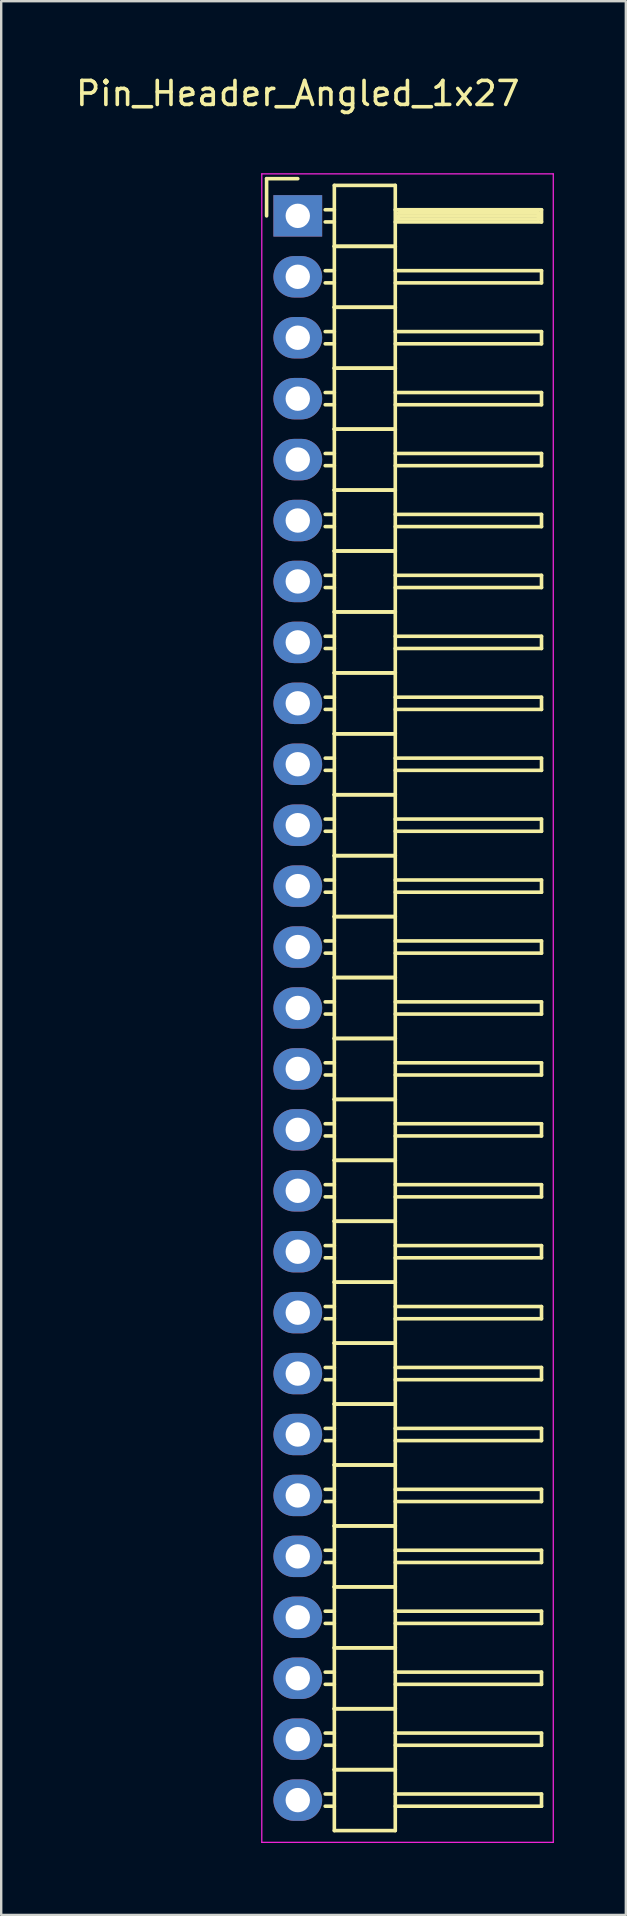
<source format=kicad_pcb>
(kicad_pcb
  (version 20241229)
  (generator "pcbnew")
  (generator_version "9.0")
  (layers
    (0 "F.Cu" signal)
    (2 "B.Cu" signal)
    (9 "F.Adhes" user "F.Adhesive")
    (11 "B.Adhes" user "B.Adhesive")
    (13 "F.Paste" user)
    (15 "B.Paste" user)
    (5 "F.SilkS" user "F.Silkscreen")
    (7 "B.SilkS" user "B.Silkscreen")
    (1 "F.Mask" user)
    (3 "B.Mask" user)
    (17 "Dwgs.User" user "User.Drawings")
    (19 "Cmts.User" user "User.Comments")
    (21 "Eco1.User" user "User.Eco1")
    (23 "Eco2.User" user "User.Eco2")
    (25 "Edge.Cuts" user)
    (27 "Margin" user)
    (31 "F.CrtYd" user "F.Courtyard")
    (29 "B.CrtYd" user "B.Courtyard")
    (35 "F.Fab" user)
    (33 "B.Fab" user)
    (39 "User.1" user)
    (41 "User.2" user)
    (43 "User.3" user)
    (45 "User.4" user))
  (footprint "Pin_Header_Angled_1x27"
    (layer "F.Cu")
    (at 9.363 5.948)
    (property "Reference" "Pin_Header_Angled_1x27" (at 0 -5.1 0) (layer "F.SilkS") (effects (font (size 1 1) (thickness 0.15))))
    (attr through_hole)
    (fp_line (start -1.3 -1.55) (end -1.3 0) (stroke (width 0.15) (type solid)) (layer "F.SilkS"))
    (fp_line (start 0 -1.55) (end -1.3 -1.55) (stroke (width 0.15) (type solid)) (layer "F.SilkS"))
    (fp_line (start 1.524 -1.27) (end 1.524 1.27) (stroke (width 0.15) (type solid)) (layer "F.SilkS"))
    (fp_line (start 1.524 -1.27) (end 4.064 -1.27) (stroke (width 0.15) (type solid)) (layer "F.SilkS"))
    (fp_line (start 1.524 -0.254) (end 1.143 -0.254) (stroke (width 0.15) (type solid)) (layer "F.SilkS"))
    (fp_line (start 1.524 0.254) (end 1.143 0.254) (stroke (width 0.15) (type solid)) (layer "F.SilkS"))
    (fp_line (start 1.524 1.27) (end 1.524 3.81) (stroke (width 0.15) (type solid)) (layer "F.SilkS"))
    (fp_line (start 1.524 1.27) (end 4.064 1.27) (stroke (width 0.15) (type solid)) (layer "F.SilkS"))
    (fp_line (start 1.524 1.27) (end 4.064 1.27) (stroke (width 0.15) (type solid)) (layer "F.SilkS"))
    (fp_line (start 1.524 2.286) (end 1.143 2.286) (stroke (width 0.15) (type solid)) (layer "F.SilkS"))
    (fp_line (start 1.524 2.794) (end 1.143 2.794) (stroke (width 0.15) (type solid)) (layer "F.SilkS"))
    (fp_line (start 1.524 3.81) (end 1.524 6.35) (stroke (width 0.15) (type solid)) (layer "F.SilkS"))
    (fp_line (start 1.524 3.81) (end 4.064 3.81) (stroke (width 0.15) (type solid)) (layer "F.SilkS"))
    (fp_line (start 1.524 3.81) (end 4.064 3.81) (stroke (width 0.15) (type solid)) (layer "F.SilkS"))
    (fp_line (start 1.524 4.826) (end 1.143 4.826) (stroke (width 0.15) (type solid)) (layer "F.SilkS"))
    (fp_line (start 1.524 5.334) (end 1.143 5.334) (stroke (width 0.15) (type solid)) (layer "F.SilkS"))
    (fp_line (start 1.524 6.35) (end 1.524 8.89) (stroke (width 0.15) (type solid)) (layer "F.SilkS"))
    (fp_line (start 1.524 6.35) (end 4.064 6.35) (stroke (width 0.15) (type solid)) (layer "F.SilkS"))
    (fp_line (start 1.524 6.35) (end 4.064 6.35) (stroke (width 0.15) (type solid)) (layer "F.SilkS"))
    (fp_line (start 1.524 7.366) (end 1.143 7.366) (stroke (width 0.15) (type solid)) (layer "F.SilkS"))
    (fp_line (start 1.524 7.874) (end 1.143 7.874) (stroke (width 0.15) (type solid)) (layer "F.SilkS"))
    (fp_line (start 1.524 8.89) (end 1.524 11.43) (stroke (width 0.15) (type solid)) (layer "F.SilkS"))
    (fp_line (start 1.524 8.89) (end 4.064 8.89) (stroke (width 0.15) (type solid)) (layer "F.SilkS"))
    (fp_line (start 1.524 8.89) (end 4.064 8.89) (stroke (width 0.15) (type solid)) (layer "F.SilkS"))
    (fp_line (start 1.524 9.906) (end 1.143 9.906) (stroke (width 0.15) (type solid)) (layer "F.SilkS"))
    (fp_line (start 1.524 10.414) (end 1.143 10.414) (stroke (width 0.15) (type solid)) (layer "F.SilkS"))
    (fp_line (start 1.524 11.43) (end 1.524 13.97) (stroke (width 0.15) (type solid)) (layer "F.SilkS"))
    (fp_line (start 1.524 11.43) (end 4.064 11.43) (stroke (width 0.15) (type solid)) (layer "F.SilkS"))
    (fp_line (start 1.524 11.43) (end 4.064 11.43) (stroke (width 0.15) (type solid)) (layer "F.SilkS"))
    (fp_line (start 1.524 12.446) (end 1.143 12.446) (stroke (width 0.15) (type solid)) (layer "F.SilkS"))
    (fp_line (start 1.524 12.954) (end 1.143 12.954) (stroke (width 0.15) (type solid)) (layer "F.SilkS"))
    (fp_line (start 1.524 13.97) (end 1.524 16.51) (stroke (width 0.15) (type solid)) (layer "F.SilkS"))
    (fp_line (start 1.524 13.97) (end 4.064 13.97) (stroke (width 0.15) (type solid)) (layer "F.SilkS"))
    (fp_line (start 1.524 13.97) (end 4.064 13.97) (stroke (width 0.15) (type solid)) (layer "F.SilkS"))
    (fp_line (start 1.524 14.986) (end 1.143 14.986) (stroke (width 0.15) (type solid)) (layer "F.SilkS"))
    (fp_line (start 1.524 15.494) (end 1.143 15.494) (stroke (width 0.15) (type solid)) (layer "F.SilkS"))
    (fp_line (start 1.524 16.51) (end 1.524 19.05) (stroke (width 0.15) (type solid)) (layer "F.SilkS"))
    (fp_line (start 1.524 16.51) (end 4.064 16.51) (stroke (width 0.15) (type solid)) (layer "F.SilkS"))
    (fp_line (start 1.524 16.51) (end 4.064 16.51) (stroke (width 0.15) (type solid)) (layer "F.SilkS"))
    (fp_line (start 1.524 17.526) (end 1.143 17.526) (stroke (width 0.15) (type solid)) (layer "F.SilkS"))
    (fp_line (start 1.524 18.034) (end 1.143 18.034) (stroke (width 0.15) (type solid)) (layer "F.SilkS"))
    (fp_line (start 1.524 19.05) (end 1.524 21.59) (stroke (width 0.15) (type solid)) (layer "F.SilkS"))
    (fp_line (start 1.524 19.05) (end 4.064 19.05) (stroke (width 0.15) (type solid)) (layer "F.SilkS"))
    (fp_line (start 1.524 19.05) (end 4.064 19.05) (stroke (width 0.15) (type solid)) (layer "F.SilkS"))
    (fp_line (start 1.524 20.066) (end 1.143 20.066) (stroke (width 0.15) (type solid)) (layer "F.SilkS"))
    (fp_line (start 1.524 20.574) (end 1.143 20.574) (stroke (width 0.15) (type solid)) (layer "F.SilkS"))
    (fp_line (start 1.524 21.59) (end 1.524 24.13) (stroke (width 0.15) (type solid)) (layer "F.SilkS"))
    (fp_line (start 1.524 21.59) (end 4.064 21.59) (stroke (width 0.15) (type solid)) (layer "F.SilkS"))
    (fp_line (start 1.524 21.59) (end 4.064 21.59) (stroke (width 0.15) (type solid)) (layer "F.SilkS"))
    (fp_line (start 1.524 22.606) (end 1.143 22.606) (stroke (width 0.15) (type solid)) (layer "F.SilkS"))
    (fp_line (start 1.524 23.114) (end 1.143 23.114) (stroke (width 0.15) (type solid)) (layer "F.SilkS"))
    (fp_line (start 1.524 24.13) (end 1.524 26.67) (stroke (width 0.15) (type solid)) (layer "F.SilkS"))
    (fp_line (start 1.524 24.13) (end 4.064 24.13) (stroke (width 0.15) (type solid)) (layer "F.SilkS"))
    (fp_line (start 1.524 24.13) (end 4.064 24.13) (stroke (width 0.15) (type solid)) (layer "F.SilkS"))
    (fp_line (start 1.524 25.146) (end 1.143 25.146) (stroke (width 0.15) (type solid)) (layer "F.SilkS"))
    (fp_line (start 1.524 25.654) (end 1.143 25.654) (stroke (width 0.15) (type solid)) (layer "F.SilkS"))
    (fp_line (start 1.524 26.67) (end 1.524 29.21) (stroke (width 0.15) (type solid)) (layer "F.SilkS"))
    (fp_line (start 1.524 26.67) (end 4.064 26.67) (stroke (width 0.15) (type solid)) (layer "F.SilkS"))
    (fp_line (start 1.524 26.67) (end 4.064 26.67) (stroke (width 0.15) (type solid)) (layer "F.SilkS"))
    (fp_line (start 1.524 27.686) (end 1.143 27.686) (stroke (width 0.15) (type solid)) (layer "F.SilkS"))
    (fp_line (start 1.524 28.194) (end 1.143 28.194) (stroke (width 0.15) (type solid)) (layer "F.SilkS"))
    (fp_line (start 1.524 29.21) (end 1.524 31.75) (stroke (width 0.15) (type solid)) (layer "F.SilkS"))
    (fp_line (start 1.524 29.21) (end 4.064 29.21) (stroke (width 0.15) (type solid)) (layer "F.SilkS"))
    (fp_line (start 1.524 29.21) (end 4.064 29.21) (stroke (width 0.15) (type solid)) (layer "F.SilkS"))
    (fp_line (start 1.524 30.226) (end 1.143 30.226) (stroke (width 0.15) (type solid)) (layer "F.SilkS"))
    (fp_line (start 1.524 30.734) (end 1.143 30.734) (stroke (width 0.15) (type solid)) (layer "F.SilkS"))
    (fp_line (start 1.524 31.75) (end 1.524 34.29) (stroke (width 0.15) (type solid)) (layer "F.SilkS"))
    (fp_line (start 1.524 31.75) (end 4.064 31.75) (stroke (width 0.15) (type solid)) (layer "F.SilkS"))
    (fp_line (start 1.524 31.75) (end 4.064 31.75) (stroke (width 0.15) (type solid)) (layer "F.SilkS"))
    (fp_line (start 1.524 32.766) (end 1.143 32.766) (stroke (width 0.15) (type solid)) (layer "F.SilkS"))
    (fp_line (start 1.524 33.274) (end 1.143 33.274) (stroke (width 0.15) (type solid)) (layer "F.SilkS"))
    (fp_line (start 1.524 34.29) (end 1.524 36.83) (stroke (width 0.15) (type solid)) (layer "F.SilkS"))
    (fp_line (start 1.524 34.29) (end 4.064 34.29) (stroke (width 0.15) (type solid)) (layer "F.SilkS"))
    (fp_line (start 1.524 34.29) (end 4.064 34.29) (stroke (width 0.15) (type solid)) (layer "F.SilkS"))
    (fp_line (start 1.524 35.306) (end 1.143 35.306) (stroke (width 0.15) (type solid)) (layer "F.SilkS"))
    (fp_line (start 1.524 35.814) (end 1.143 35.814) (stroke (width 0.15) (type solid)) (layer "F.SilkS"))
    (fp_line (start 1.524 36.83) (end 1.524 39.37) (stroke (width 0.15) (type solid)) (layer "F.SilkS"))
    (fp_line (start 1.524 36.83) (end 4.064 36.83) (stroke (width 0.15) (type solid)) (layer "F.SilkS"))
    (fp_line (start 1.524 36.83) (end 4.064 36.83) (stroke (width 0.15) (type solid)) (layer "F.SilkS"))
    (fp_line (start 1.524 37.846) (end 1.143 37.846) (stroke (width 0.15) (type solid)) (layer "F.SilkS"))
    (fp_line (start 1.524 38.354) (end 1.143 38.354) (stroke (width 0.15) (type solid)) (layer "F.SilkS"))
    (fp_line (start 1.524 39.37) (end 1.524 41.91) (stroke (width 0.15) (type solid)) (layer "F.SilkS"))
    (fp_line (start 1.524 39.37) (end 4.064 39.37) (stroke (width 0.15) (type solid)) (layer "F.SilkS"))
    (fp_line (start 1.524 39.37) (end 4.064 39.37) (stroke (width 0.15) (type solid)) (layer "F.SilkS"))
    (fp_line (start 1.524 40.386) (end 1.143 40.386) (stroke (width 0.15) (type solid)) (layer "F.SilkS"))
    (fp_line (start 1.524 40.894) (end 1.143 40.894) (stroke (width 0.15) (type solid)) (layer "F.SilkS"))
    (fp_line (start 1.524 41.91) (end 1.524 44.45) (stroke (width 0.15) (type solid)) (layer "F.SilkS"))
    (fp_line (start 1.524 41.91) (end 4.064 41.91) (stroke (width 0.15) (type solid)) (layer "F.SilkS"))
    (fp_line (start 1.524 41.91) (end 4.064 41.91) (stroke (width 0.15) (type solid)) (layer "F.SilkS"))
    (fp_line (start 1.524 42.926) (end 1.143 42.926) (stroke (width 0.15) (type solid)) (layer "F.SilkS"))
    (fp_line (start 1.524 43.434) (end 1.143 43.434) (stroke (width 0.15) (type solid)) (layer "F.SilkS"))
    (fp_line (start 1.524 44.45) (end 1.524 46.99) (stroke (width 0.15) (type solid)) (layer "F.SilkS"))
    (fp_line (start 1.524 44.45) (end 4.064 44.45) (stroke (width 0.15) (type solid)) (layer "F.SilkS"))
    (fp_line (start 1.524 44.45) (end 4.064 44.45) (stroke (width 0.15) (type solid)) (layer "F.SilkS"))
    (fp_line (start 1.524 45.466) (end 1.143 45.466) (stroke (width 0.15) (type solid)) (layer "F.SilkS"))
    (fp_line (start 1.524 45.974) (end 1.143 45.974) (stroke (width 0.15) (type solid)) (layer "F.SilkS"))
    (fp_line (start 1.524 46.99) (end 1.524 49.53) (stroke (width 0.15) (type solid)) (layer "F.SilkS"))
    (fp_line (start 1.524 46.99) (end 4.064 46.99) (stroke (width 0.15) (type solid)) (layer "F.SilkS"))
    (fp_line (start 1.524 46.99) (end 4.064 46.99) (stroke (width 0.15) (type solid)) (layer "F.SilkS"))
    (fp_line (start 1.524 48.006) (end 1.143 48.006) (stroke (width 0.15) (type solid)) (layer "F.SilkS"))
    (fp_line (start 1.524 48.514) (end 1.143 48.514) (stroke (width 0.15) (type solid)) (layer "F.SilkS"))
    (fp_line (start 1.524 49.53) (end 1.524 52.07) (stroke (width 0.15) (type solid)) (layer "F.SilkS"))
    (fp_line (start 1.524 49.53) (end 4.064 49.53) (stroke (width 0.15) (type solid)) (layer "F.SilkS"))
    (fp_line (start 1.524 49.53) (end 4.064 49.53) (stroke (width 0.15) (type solid)) (layer "F.SilkS"))
    (fp_line (start 1.524 50.546) (end 1.143 50.546) (stroke (width 0.15) (type solid)) (layer "F.SilkS"))
    (fp_line (start 1.524 51.054) (end 1.143 51.054) (stroke (width 0.15) (type solid)) (layer "F.SilkS"))
    (fp_line (start 1.524 52.07) (end 1.524 54.61) (stroke (width 0.15) (type solid)) (layer "F.SilkS"))
    (fp_line (start 1.524 52.07) (end 4.064 52.07) (stroke (width 0.15) (type solid)) (layer "F.SilkS"))
    (fp_line (start 1.524 52.07) (end 4.064 52.07) (stroke (width 0.15) (type solid)) (layer "F.SilkS"))
    (fp_line (start 1.524 53.086) (end 1.143 53.086) (stroke (width 0.15) (type solid)) (layer "F.SilkS"))
    (fp_line (start 1.524 53.594) (end 1.143 53.594) (stroke (width 0.15) (type solid)) (layer "F.SilkS"))
    (fp_line (start 1.524 54.61) (end 1.524 57.15) (stroke (width 0.15) (type solid)) (layer "F.SilkS"))
    (fp_line (start 1.524 54.61) (end 4.064 54.61) (stroke (width 0.15) (type solid)) (layer "F.SilkS"))
    (fp_line (start 1.524 54.61) (end 4.064 54.61) (stroke (width 0.15) (type solid)) (layer "F.SilkS"))
    (fp_line (start 1.524 55.626) (end 1.143 55.626) (stroke (width 0.15) (type solid)) (layer "F.SilkS"))
    (fp_line (start 1.524 56.134) (end 1.143 56.134) (stroke (width 0.15) (type solid)) (layer "F.SilkS"))
    (fp_line (start 1.524 57.15) (end 1.524 59.69) (stroke (width 0.15) (type solid)) (layer "F.SilkS"))
    (fp_line (start 1.524 57.15) (end 4.064 57.15) (stroke (width 0.15) (type solid)) (layer "F.SilkS"))
    (fp_line (start 1.524 57.15) (end 4.064 57.15) (stroke (width 0.15) (type solid)) (layer "F.SilkS"))
    (fp_line (start 1.524 58.166) (end 1.143 58.166) (stroke (width 0.15) (type solid)) (layer "F.SilkS"))
    (fp_line (start 1.524 58.674) (end 1.143 58.674) (stroke (width 0.15) (type solid)) (layer "F.SilkS"))
    (fp_line (start 1.524 59.69) (end 1.524 62.23) (stroke (width 0.15) (type solid)) (layer "F.SilkS"))
    (fp_line (start 1.524 59.69) (end 4.064 59.69) (stroke (width 0.15) (type solid)) (layer "F.SilkS"))
    (fp_line (start 1.524 59.69) (end 4.064 59.69) (stroke (width 0.15) (type solid)) (layer "F.SilkS"))
    (fp_line (start 1.524 60.706) (end 1.143 60.706) (stroke (width 0.15) (type solid)) (layer "F.SilkS"))
    (fp_line (start 1.524 61.214) (end 1.143 61.214) (stroke (width 0.15) (type solid)) (layer "F.SilkS"))
    (fp_line (start 1.524 62.23) (end 1.524 64.77) (stroke (width 0.15) (type solid)) (layer "F.SilkS"))
    (fp_line (start 1.524 62.23) (end 4.064 62.23) (stroke (width 0.15) (type solid)) (layer "F.SilkS"))
    (fp_line (start 1.524 62.23) (end 4.064 62.23) (stroke (width 0.15) (type solid)) (layer "F.SilkS"))
    (fp_line (start 1.524 63.246) (end 1.143 63.246) (stroke (width 0.15) (type solid)) (layer "F.SilkS"))
    (fp_line (start 1.524 63.754) (end 1.143 63.754) (stroke (width 0.15) (type solid)) (layer "F.SilkS"))
    (fp_line (start 1.524 64.77) (end 1.524 67.31) (stroke (width 0.15) (type solid)) (layer "F.SilkS"))
    (fp_line (start 1.524 64.77) (end 4.064 64.77) (stroke (width 0.15) (type solid)) (layer "F.SilkS"))
    (fp_line (start 1.524 64.77) (end 4.064 64.77) (stroke (width 0.15) (type solid)) (layer "F.SilkS"))
    (fp_line (start 1.524 65.786) (end 1.143 65.786) (stroke (width 0.15) (type solid)) (layer "F.SilkS"))
    (fp_line (start 1.524 66.294) (end 1.143 66.294) (stroke (width 0.15) (type solid)) (layer "F.SilkS"))
    (fp_line (start 1.524 67.31) (end 4.064 67.31) (stroke (width 0.15) (type solid)) (layer "F.SilkS"))
    (fp_line (start 4.064 -0.254) (end 10.16 -0.254) (stroke (width 0.15) (type solid)) (layer "F.SilkS"))
    (fp_line (start 4.064 1.27) (end 4.064 -1.27) (stroke (width 0.15) (type solid)) (layer "F.SilkS"))
    (fp_line (start 4.064 2.286) (end 10.16 2.286) (stroke (width 0.15) (type solid)) (layer "F.SilkS"))
    (fp_line (start 4.064 3.81) (end 4.064 1.27) (stroke (width 0.15) (type solid)) (layer "F.SilkS"))
    (fp_line (start 4.064 4.826) (end 10.16 4.826) (stroke (width 0.15) (type solid)) (layer "F.SilkS"))
    (fp_line (start 4.064 6.35) (end 4.064 3.81) (stroke (width 0.15) (type solid)) (layer "F.SilkS"))
    (fp_line (start 4.064 7.366) (end 10.16 7.366) (stroke (width 0.15) (type solid)) (layer "F.SilkS"))
    (fp_line (start 4.064 8.89) (end 4.064 6.35) (stroke (width 0.15) (type solid)) (layer "F.SilkS"))
    (fp_line (start 4.064 9.906) (end 10.16 9.906) (stroke (width 0.15) (type solid)) (layer "F.SilkS"))
    (fp_line (start 4.064 11.43) (end 4.064 8.89) (stroke (width 0.15) (type solid)) (layer "F.SilkS"))
    (fp_line (start 4.064 12.446) (end 10.16 12.446) (stroke (width 0.15) (type solid)) (layer "F.SilkS"))
    (fp_line (start 4.064 13.97) (end 4.064 11.43) (stroke (width 0.15) (type solid)) (layer "F.SilkS"))
    (fp_line (start 4.064 14.986) (end 10.16 14.986) (stroke (width 0.15) (type solid)) (layer "F.SilkS"))
    (fp_line (start 4.064 16.51) (end 4.064 13.97) (stroke (width 0.15) (type solid)) (layer "F.SilkS"))
    (fp_line (start 4.064 17.526) (end 10.16 17.526) (stroke (width 0.15) (type solid)) (layer "F.SilkS"))
    (fp_line (start 4.064 19.05) (end 4.064 16.51) (stroke (width 0.15) (type solid)) (layer "F.SilkS"))
    (fp_line (start 4.064 20.066) (end 10.16 20.066) (stroke (width 0.15) (type solid)) (layer "F.SilkS"))
    (fp_line (start 4.064 21.59) (end 4.064 19.05) (stroke (width 0.15) (type solid)) (layer "F.SilkS"))
    (fp_line (start 4.064 22.606) (end 10.16 22.606) (stroke (width 0.15) (type solid)) (layer "F.SilkS"))
    (fp_line (start 4.064 24.13) (end 4.064 21.59) (stroke (width 0.15) (type solid)) (layer "F.SilkS"))
    (fp_line (start 4.064 25.146) (end 10.16 25.146) (stroke (width 0.15) (type solid)) (layer "F.SilkS"))
    (fp_line (start 4.064 26.67) (end 4.064 24.13) (stroke (width 0.15) (type solid)) (layer "F.SilkS"))
    (fp_line (start 4.064 27.686) (end 10.16 27.686) (stroke (width 0.15) (type solid)) (layer "F.SilkS"))
    (fp_line (start 4.064 29.21) (end 4.064 26.67) (stroke (width 0.15) (type solid)) (layer "F.SilkS"))
    (fp_line (start 4.064 30.226) (end 10.16 30.226) (stroke (width 0.15) (type solid)) (layer "F.SilkS"))
    (fp_line (start 4.064 31.75) (end 4.064 29.21) (stroke (width 0.15) (type solid)) (layer "F.SilkS"))
    (fp_line (start 4.064 32.766) (end 10.16 32.766) (stroke (width 0.15) (type solid)) (layer "F.SilkS"))
    (fp_line (start 4.064 34.29) (end 4.064 31.75) (stroke (width 0.15) (type solid)) (layer "F.SilkS"))
    (fp_line (start 4.064 35.306) (end 10.16 35.306) (stroke (width 0.15) (type solid)) (layer "F.SilkS"))
    (fp_line (start 4.064 36.83) (end 4.064 34.29) (stroke (width 0.15) (type solid)) (layer "F.SilkS"))
    (fp_line (start 4.064 37.846) (end 10.16 37.846) (stroke (width 0.15) (type solid)) (layer "F.SilkS"))
    (fp_line (start 4.064 39.37) (end 4.064 36.83) (stroke (width 0.15) (type solid)) (layer "F.SilkS"))
    (fp_line (start 4.064 40.386) (end 10.16 40.386) (stroke (width 0.15) (type solid)) (layer "F.SilkS"))
    (fp_line (start 4.064 41.91) (end 4.064 39.37) (stroke (width 0.15) (type solid)) (layer "F.SilkS"))
    (fp_line (start 4.064 42.926) (end 10.16 42.926) (stroke (width 0.15) (type solid)) (layer "F.SilkS"))
    (fp_line (start 4.064 44.45) (end 4.064 41.91) (stroke (width 0.15) (type solid)) (layer "F.SilkS"))
    (fp_line (start 4.064 45.466) (end 10.16 45.466) (stroke (width 0.15) (type solid)) (layer "F.SilkS"))
    (fp_line (start 4.064 46.99) (end 4.064 44.45) (stroke (width 0.15) (type solid)) (layer "F.SilkS"))
    (fp_line (start 4.064 48.006) (end 10.16 48.006) (stroke (width 0.15) (type solid)) (layer "F.SilkS"))
    (fp_line (start 4.064 49.53) (end 4.064 46.99) (stroke (width 0.15) (type solid)) (layer "F.SilkS"))
    (fp_line (start 4.064 50.546) (end 10.16 50.546) (stroke (width 0.15) (type solid)) (layer "F.SilkS"))
    (fp_line (start 4.064 52.07) (end 4.064 49.53) (stroke (width 0.15) (type solid)) (layer "F.SilkS"))
    (fp_line (start 4.064 53.086) (end 10.16 53.086) (stroke (width 0.15) (type solid)) (layer "F.SilkS"))
    (fp_line (start 4.064 54.61) (end 4.064 52.07) (stroke (width 0.15) (type solid)) (layer "F.SilkS"))
    (fp_line (start 4.064 55.626) (end 10.16 55.626) (stroke (width 0.15) (type solid)) (layer "F.SilkS"))
    (fp_line (start 4.064 57.15) (end 4.064 54.61) (stroke (width 0.15) (type solid)) (layer "F.SilkS"))
    (fp_line (start 4.064 58.166) (end 10.16 58.166) (stroke (width 0.15) (type solid)) (layer "F.SilkS"))
    (fp_line (start 4.064 59.69) (end 4.064 57.15) (stroke (width 0.15) (type solid)) (layer "F.SilkS"))
    (fp_line (start 4.064 60.706) (end 10.16 60.706) (stroke (width 0.15) (type solid)) (layer "F.SilkS"))
    (fp_line (start 4.064 62.23) (end 4.064 59.69) (stroke (width 0.15) (type solid)) (layer "F.SilkS"))
    (fp_line (start 4.064 63.246) (end 10.16 63.246) (stroke (width 0.15) (type solid)) (layer "F.SilkS"))
    (fp_line (start 4.064 64.77) (end 4.064 62.23) (stroke (width 0.15) (type solid)) (layer "F.SilkS"))
    (fp_line (start 4.064 65.786) (end 10.16 65.786) (stroke (width 0.15) (type solid)) (layer "F.SilkS"))
    (fp_line (start 4.064 67.31) (end 4.064 64.77) (stroke (width 0.15) (type solid)) (layer "F.SilkS"))
    (fp_line (start 4.191 -0.127) (end 10.033 -0.127) (stroke (width 0.15) (type solid)) (layer "F.SilkS"))
    (fp_line (start 4.191 0) (end 10.033 0) (stroke (width 0.15) (type solid)) (layer "F.SilkS"))
    (fp_line (start 4.191 0.127) (end 4.191 0) (stroke (width 0.15) (type solid)) (layer "F.SilkS"))
    (fp_line (start 10.033 -0.127) (end 10.033 0.127) (stroke (width 0.15) (type solid)) (layer "F.SilkS"))
    (fp_line (start 10.033 0.127) (end 4.191 0.127) (stroke (width 0.15) (type solid)) (layer "F.SilkS"))
    (fp_line (start 10.16 -0.254) (end 10.16 0.254) (stroke (width 0.15) (type solid)) (layer "F.SilkS"))
    (fp_line (start 10.16 0.254) (end 4.064 0.254) (stroke (width 0.15) (type solid)) (layer "F.SilkS"))
    (fp_line (start 10.16 2.286) (end 10.16 2.794) (stroke (width 0.15) (type solid)) (layer "F.SilkS"))
    (fp_line (start 10.16 2.794) (end 4.064 2.794) (stroke (width 0.15) (type solid)) (layer "F.SilkS"))
    (fp_line (start 10.16 4.826) (end 10.16 5.334) (stroke (width 0.15) (type solid)) (layer "F.SilkS"))
    (fp_line (start 10.16 5.334) (end 4.064 5.334) (stroke (width 0.15) (type solid)) (layer "F.SilkS"))
    (fp_line (start 10.16 7.366) (end 10.16 7.874) (stroke (width 0.15) (type solid)) (layer "F.SilkS"))
    (fp_line (start 10.16 7.874) (end 4.064 7.874) (stroke (width 0.15) (type solid)) (layer "F.SilkS"))
    (fp_line (start 10.16 9.906) (end 10.16 10.414) (stroke (width 0.15) (type solid)) (layer "F.SilkS"))
    (fp_line (start 10.16 10.414) (end 4.064 10.414) (stroke (width 0.15) (type solid)) (layer "F.SilkS"))
    (fp_line (start 10.16 12.446) (end 10.16 12.954) (stroke (width 0.15) (type solid)) (layer "F.SilkS"))
    (fp_line (start 10.16 12.954) (end 4.064 12.954) (stroke (width 0.15) (type solid)) (layer "F.SilkS"))
    (fp_line (start 10.16 14.986) (end 10.16 15.494) (stroke (width 0.15) (type solid)) (layer "F.SilkS"))
    (fp_line (start 10.16 15.494) (end 4.064 15.494) (stroke (width 0.15) (type solid)) (layer "F.SilkS"))
    (fp_line (start 10.16 17.526) (end 10.16 18.034) (stroke (width 0.15) (type solid)) (layer "F.SilkS"))
    (fp_line (start 10.16 18.034) (end 4.064 18.034) (stroke (width 0.15) (type solid)) (layer "F.SilkS"))
    (fp_line (start 10.16 20.066) (end 10.16 20.574) (stroke (width 0.15) (type solid)) (layer "F.SilkS"))
    (fp_line (start 10.16 20.574) (end 4.064 20.574) (stroke (width 0.15) (type solid)) (layer "F.SilkS"))
    (fp_line (start 10.16 22.606) (end 10.16 23.114) (stroke (width 0.15) (type solid)) (layer "F.SilkS"))
    (fp_line (start 10.16 23.114) (end 4.064 23.114) (stroke (width 0.15) (type solid)) (layer "F.SilkS"))
    (fp_line (start 10.16 25.146) (end 10.16 25.654) (stroke (width 0.15) (type solid)) (layer "F.SilkS"))
    (fp_line (start 10.16 25.654) (end 4.064 25.654) (stroke (width 0.15) (type solid)) (layer "F.SilkS"))
    (fp_line (start 10.16 27.686) (end 10.16 28.194) (stroke (width 0.15) (type solid)) (layer "F.SilkS"))
    (fp_line (start 10.16 28.194) (end 4.064 28.194) (stroke (width 0.15) (type solid)) (layer "F.SilkS"))
    (fp_line (start 10.16 30.226) (end 10.16 30.734) (stroke (width 0.15) (type solid)) (layer "F.SilkS"))
    (fp_line (start 10.16 30.734) (end 4.064 30.734) (stroke (width 0.15) (type solid)) (layer "F.SilkS"))
    (fp_line (start 10.16 32.766) (end 10.16 33.274) (stroke (width 0.15) (type solid)) (layer "F.SilkS"))
    (fp_line (start 10.16 33.274) (end 4.064 33.274) (stroke (width 0.15) (type solid)) (layer "F.SilkS"))
    (fp_line (start 10.16 35.306) (end 10.16 35.814) (stroke (width 0.15) (type solid)) (layer "F.SilkS"))
    (fp_line (start 10.16 35.814) (end 4.064 35.814) (stroke (width 0.15) (type solid)) (layer "F.SilkS"))
    (fp_line (start 10.16 37.846) (end 10.16 38.354) (stroke (width 0.15) (type solid)) (layer "F.SilkS"))
    (fp_line (start 10.16 38.354) (end 4.064 38.354) (stroke (width 0.15) (type solid)) (layer "F.SilkS"))
    (fp_line (start 10.16 40.386) (end 10.16 40.894) (stroke (width 0.15) (type solid)) (layer "F.SilkS"))
    (fp_line (start 10.16 40.894) (end 4.064 40.894) (stroke (width 0.15) (type solid)) (layer "F.SilkS"))
    (fp_line (start 10.16 42.926) (end 10.16 43.434) (stroke (width 0.15) (type solid)) (layer "F.SilkS"))
    (fp_line (start 10.16 43.434) (end 4.064 43.434) (stroke (width 0.15) (type solid)) (layer "F.SilkS"))
    (fp_line (start 10.16 45.466) (end 10.16 45.974) (stroke (width 0.15) (type solid)) (layer "F.SilkS"))
    (fp_line (start 10.16 45.974) (end 4.064 45.974) (stroke (width 0.15) (type solid)) (layer "F.SilkS"))
    (fp_line (start 10.16 48.006) (end 10.16 48.514) (stroke (width 0.15) (type solid)) (layer "F.SilkS"))
    (fp_line (start 10.16 48.514) (end 4.064 48.514) (stroke (width 0.15) (type solid)) (layer "F.SilkS"))
    (fp_line (start 10.16 50.546) (end 10.16 51.054) (stroke (width 0.15) (type solid)) (layer "F.SilkS"))
    (fp_line (start 10.16 51.054) (end 4.064 51.054) (stroke (width 0.15) (type solid)) (layer "F.SilkS"))
    (fp_line (start 10.16 53.086) (end 10.16 53.594) (stroke (width 0.15) (type solid)) (layer "F.SilkS"))
    (fp_line (start 10.16 53.594) (end 4.064 53.594) (stroke (width 0.15) (type solid)) (layer "F.SilkS"))
    (fp_line (start 10.16 55.626) (end 10.16 56.134) (stroke (width 0.15) (type solid)) (layer "F.SilkS"))
    (fp_line (start 10.16 56.134) (end 4.064 56.134) (stroke (width 0.15) (type solid)) (layer "F.SilkS"))
    (fp_line (start 10.16 58.166) (end 10.16 58.674) (stroke (width 0.15) (type solid)) (layer "F.SilkS"))
    (fp_line (start 10.16 58.674) (end 4.064 58.674) (stroke (width 0.15) (type solid)) (layer "F.SilkS"))
    (fp_line (start 10.16 60.706) (end 10.16 61.214) (stroke (width 0.15) (type solid)) (layer "F.SilkS"))
    (fp_line (start 10.16 61.214) (end 4.064 61.214) (stroke (width 0.15) (type solid)) (layer "F.SilkS"))
    (fp_line (start 10.16 63.246) (end 10.16 63.754) (stroke (width 0.15) (type solid)) (layer "F.SilkS"))
    (fp_line (start 10.16 63.754) (end 4.064 63.754) (stroke (width 0.15) (type solid)) (layer "F.SilkS"))
    (fp_line (start 10.16 65.786) (end 10.16 66.294) (stroke (width 0.15) (type solid)) (layer "F.SilkS"))
    (fp_line (start 10.16 66.294) (end 4.064 66.294) (stroke (width 0.15) (type solid)) (layer "F.SilkS"))
    (fp_line (start -1.5 -1.75) (end -1.5 67.8) (stroke (width 0.05) (type solid)) (layer "F.CrtYd"))
    (fp_line (start -1.5 -1.75) (end 10.65 -1.75) (stroke (width 0.05) (type solid)) (layer "F.CrtYd"))
    (fp_line (start -1.5 67.8) (end 10.65 67.8) (stroke (width 0.05) (type solid)) (layer "F.CrtYd"))
    (fp_line (start 10.65 -1.75) (end 10.65 67.8) (stroke (width 0.05) (type solid)) (layer "F.CrtYd"))
    (pad "1" thru_hole rect (at 0 0) (size 2.032 1.727) (drill 1.016) (layers "*.Cu" "*.Mask"))
    (pad "2" thru_hole oval (at 0 2.54) (size 2.032 1.727) (drill 1.016) (layers "*.Cu" "*.Mask"))
    (pad "3" thru_hole oval (at 0 5.08) (size 2.032 1.727) (drill 1.016) (layers "*.Cu" "*.Mask"))
    (pad "4" thru_hole oval (at 0 7.62) (size 2.032 1.727) (drill 1.016) (layers "*.Cu" "*.Mask"))
    (pad "5" thru_hole oval (at 0 10.16) (size 2.032 1.727) (drill 1.016) (layers "*.Cu" "*.Mask"))
    (pad "6" thru_hole oval (at 0 12.7) (size 2.032 1.727) (drill 1.016) (layers "*.Cu" "*.Mask"))
    (pad "7" thru_hole oval (at 0 15.24) (size 2.032 1.727) (drill 1.016) (layers "*.Cu" "*.Mask"))
    (pad "8" thru_hole oval (at 0 17.78) (size 2.032 1.727) (drill 1.016) (layers "*.Cu" "*.Mask"))
    (pad "9" thru_hole oval (at 0 20.32) (size 2.032 1.727) (drill 1.016) (layers "*.Cu" "*.Mask"))
    (pad "10" thru_hole oval (at 0 22.86) (size 2.032 1.727) (drill 1.016) (layers "*.Cu" "*.Mask"))
    (pad "11" thru_hole oval (at 0 25.4) (size 2.032 1.727) (drill 1.016) (layers "*.Cu" "*.Mask"))
    (pad "12" thru_hole oval (at 0 27.94) (size 2.032 1.727) (drill 1.016) (layers "*.Cu" "*.Mask"))
    (pad "13" thru_hole oval (at 0 30.48) (size 2.032 1.727) (drill 1.016) (layers "*.Cu" "*.Mask"))
    (pad "14" thru_hole oval (at 0 33.02) (size 2.032 1.727) (drill 1.016) (layers "*.Cu" "*.Mask"))
    (pad "15" thru_hole oval (at 0 35.56) (size 2.032 1.727) (drill 1.016) (layers "*.Cu" "*.Mask"))
    (pad "16" thru_hole oval (at 0 38.1) (size 2.032 1.727) (drill 1.016) (layers "*.Cu" "*.Mask"))
    (pad "17" thru_hole oval (at 0 40.64) (size 2.032 1.727) (drill 1.016) (layers "*.Cu" "*.Mask"))
    (pad "18" thru_hole oval (at 0 43.18) (size 2.032 1.727) (drill 1.016) (layers "*.Cu" "*.Mask"))
    (pad "19" thru_hole oval (at 0 45.72) (size 2.032 1.727) (drill 1.016) (layers "*.Cu" "*.Mask"))
    (pad "20" thru_hole oval (at 0 48.26) (size 2.032 1.727) (drill 1.016) (layers "*.Cu" "*.Mask"))
    (pad "21" thru_hole oval (at 0 50.8) (size 2.032 1.727) (drill 1.016) (layers "*.Cu" "*.Mask"))
    (pad "22" thru_hole oval (at 0 53.34) (size 2.032 1.727) (drill 1.016) (layers "*.Cu" "*.Mask"))
    (pad "23" thru_hole oval (at 0 55.88) (size 2.032 1.727) (drill 1.016) (layers "*.Cu" "*.Mask"))
    (pad "24" thru_hole oval (at 0 58.42) (size 2.032 1.727) (drill 1.016) (layers "*.Cu" "*.Mask"))
    (pad "25" thru_hole oval (at 0 60.96) (size 2.032 1.727) (drill 1.016) (layers "*.Cu" "*.Mask"))
    (pad "26" thru_hole oval (at 0 63.5) (size 2.032 1.727) (drill 1.016) (layers "*.Cu" "*.Mask"))
    (pad "27" thru_hole oval (at 0 66.04) (size 2.032 1.727) (drill 1.016) (layers "*.Cu" "*.Mask")))
  (gr_rect
    (start -3 -3)
    (end 23.038 76.773)
    (stroke (width 0.1) (type default))
    (fill no)
    (layer "Edge.Cuts")))
</source>
